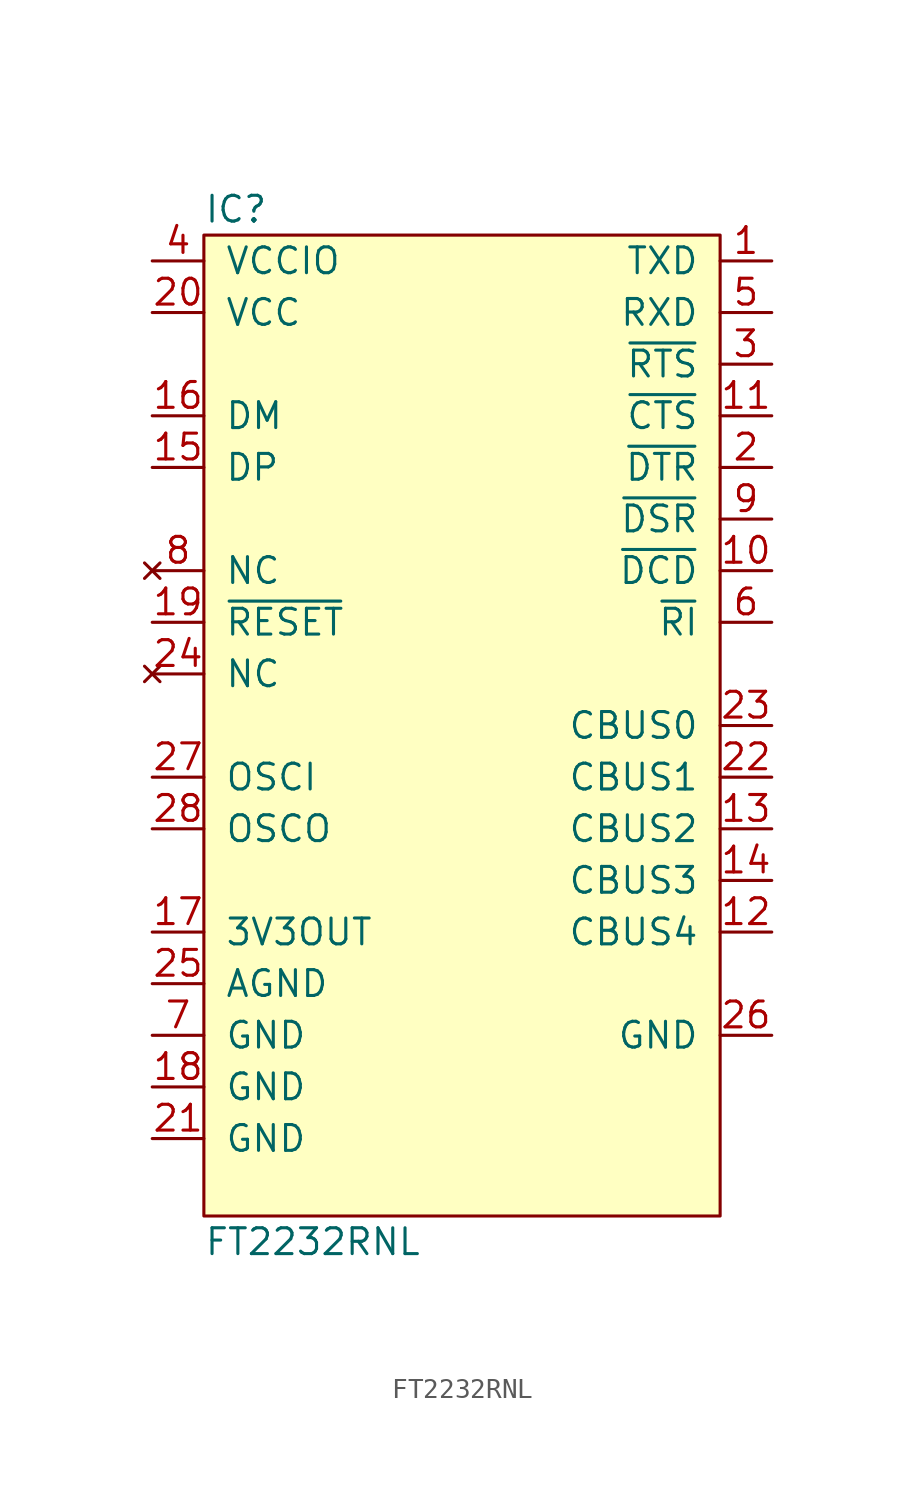
<source format=kicad_sym>
(kicad_symbol_lib
  (version 20211014)
  (generator agg_kicad.build_lib_ic)
  (symbol "FT2232RNL"
    (pin_names
      (offset 1.016))
    (property Reference IC
      (at -12.7 25.4 0)
      (effects (font (size 1.27 1.27)) (justify left)))
    (property Value "FT2232RNL"
      (at -12.7 -25.4 0)
      (effects (font (size 1.27 1.27)) (justify left)))
    (symbol "FT2232RNL_0_0"
      (rectangle (start -12.7 24.13) (end 12.7 -24.13) (stroke (width 0) (type default) (color 0 0 0 0)) (fill (type background)))
      (pin power_in line (at -15.24 22.86 0) (length 2.54) (name VCCIO (effects (font (size 1.27 1.27)))) (number "4" (effects (font (size 1.27 1.27)))))
      (pin power_in line (at -15.24 20.32 0) (length 2.54) (name VCC (effects (font (size 1.27 1.27)))) (number "20" (effects (font (size 1.27 1.27)))))
      (pin bidirectional line (at -15.24 15.24 0) (length 2.54) (name DM (effects (font (size 1.27 1.27)))) (number "16" (effects (font (size 1.27 1.27)))))
      (pin bidirectional line (at -15.24 12.7 0) (length 2.54) (name DP (effects (font (size 1.27 1.27)))) (number "15" (effects (font (size 1.27 1.27)))))
      (pin no_connect line (at -15.24 7.62 0) (length 2.54) (name NC (effects (font (size 1.27 1.27)))) (number "8" (effects (font (size 1.27 1.27)))))
      (pin input line (at -15.24 5.08 0) (length 2.54) (name "~{RESET}" (effects (font (size 1.27 1.27)))) (number "19" (effects (font (size 1.27 1.27)))))
      (pin no_connect line (at -15.24 2.54 0) (length 2.54) (name NC (effects (font (size 1.27 1.27)))) (number "24" (effects (font (size 1.27 1.27)))))
      (pin input line (at -15.24 -2.54 0) (length 2.54) (name OSCI (effects (font (size 1.27 1.27)))) (number "27" (effects (font (size 1.27 1.27)))))
      (pin output line (at -15.24 -5.08 0) (length 2.54) (name OSCO (effects (font (size 1.27 1.27)))) (number "28" (effects (font (size 1.27 1.27)))))
      (pin power_in line (at -15.24 -10.16 0) (length 2.54) (name "3V3OUT" (effects (font (size 1.27 1.27)))) (number "17" (effects (font (size 1.27 1.27)))))
      (pin power_in line (at -15.24 -12.7 0) (length 2.54) (name AGND (effects (font (size 1.27 1.27)))) (number "25" (effects (font (size 1.27 1.27)))))
      (pin power_in line (at -15.24 -15.24 0) (length 2.54) (name GND (effects (font (size 1.27 1.27)))) (number "7" (effects (font (size 1.27 1.27)))))
      (pin power_in line (at -15.24 -17.78 0) (length 2.54) (name GND (effects (font (size 1.27 1.27)))) (number "18" (effects (font (size 1.27 1.27)))))
      (pin power_in line (at -15.24 -20.32 0) (length 2.54) (name GND (effects (font (size 1.27 1.27)))) (number "21" (effects (font (size 1.27 1.27)))))
      (pin bidirectional line (at 15.24 22.86 180) (length 2.54) (name TXD (effects (font (size 1.27 1.27)))) (number "1" (effects (font (size 1.27 1.27)))))
      (pin bidirectional line (at 15.24 20.32 180) (length 2.54) (name RXD (effects (font (size 1.27 1.27)))) (number "5" (effects (font (size 1.27 1.27)))))
      (pin bidirectional line (at 15.24 17.78 180) (length 2.54) (name "~{RTS}" (effects (font (size 1.27 1.27)))) (number "3" (effects (font (size 1.27 1.27)))))
      (pin bidirectional line (at 15.24 15.24 180) (length 2.54) (name "~{CTS}" (effects (font (size 1.27 1.27)))) (number "11" (effects (font (size 1.27 1.27)))))
      (pin bidirectional line (at 15.24 12.7 180) (length 2.54) (name "~{DTR}" (effects (font (size 1.27 1.27)))) (number "2" (effects (font (size 1.27 1.27)))))
      (pin bidirectional line (at 15.24 10.16 180) (length 2.54) (name "~{DSR}" (effects (font (size 1.27 1.27)))) (number "9" (effects (font (size 1.27 1.27)))))
      (pin bidirectional line (at 15.24 7.62 180) (length 2.54) (name "~{DCD}" (effects (font (size 1.27 1.27)))) (number "10" (effects (font (size 1.27 1.27)))))
      (pin bidirectional line (at 15.24 5.08 180) (length 2.54) (name "~{RI}" (effects (font (size 1.27 1.27)))) (number "6" (effects (font (size 1.27 1.27)))))
      (pin bidirectional line (at 15.24 0 180) (length 2.54) (name "CBUS0" (effects (font (size 1.27 1.27)))) (number "23" (effects (font (size 1.27 1.27)))))
      (pin bidirectional line (at 15.24 -2.54 180) (length 2.54) (name "CBUS1" (effects (font (size 1.27 1.27)))) (number "22" (effects (font (size 1.27 1.27)))))
      (pin bidirectional line (at 15.24 -5.08 180) (length 2.54) (name "CBUS2" (effects (font (size 1.27 1.27)))) (number "13" (effects (font (size 1.27 1.27)))))
      (pin bidirectional line (at 15.24 -7.62 180) (length 2.54) (name "CBUS3" (effects (font (size 1.27 1.27)))) (number "14" (effects (font (size 1.27 1.27)))))
      (pin bidirectional line (at 15.24 -10.16 180) (length 2.54) (name "CBUS4" (effects (font (size 1.27 1.27)))) (number "12" (effects (font (size 1.27 1.27)))))
      (pin power_in line (at 15.24 -15.24 180) (length 2.54) (name GND (effects (font (size 1.27 1.27)))) (number "26" (effects (font (size 1.27 1.27))))))))
</source>
